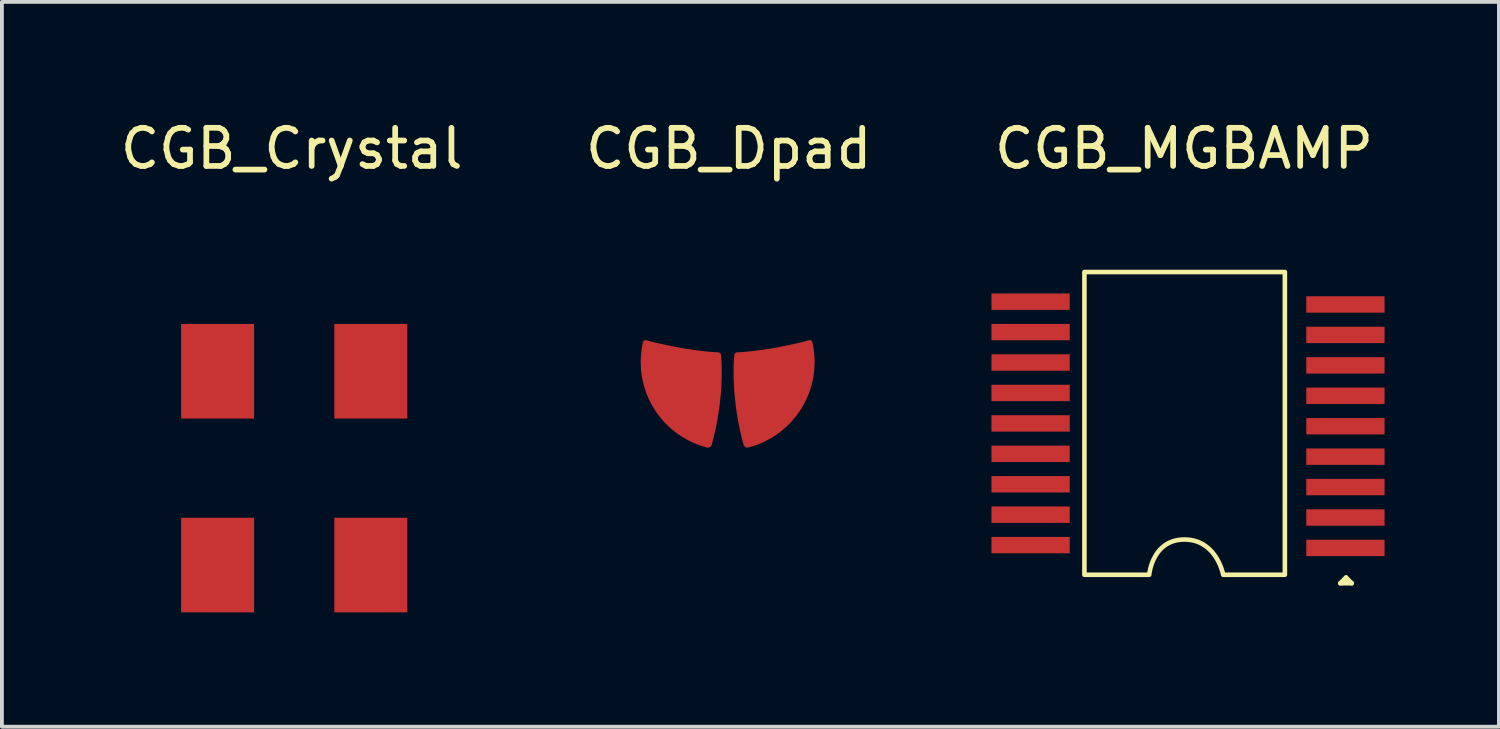
<source format=kicad_pcb>
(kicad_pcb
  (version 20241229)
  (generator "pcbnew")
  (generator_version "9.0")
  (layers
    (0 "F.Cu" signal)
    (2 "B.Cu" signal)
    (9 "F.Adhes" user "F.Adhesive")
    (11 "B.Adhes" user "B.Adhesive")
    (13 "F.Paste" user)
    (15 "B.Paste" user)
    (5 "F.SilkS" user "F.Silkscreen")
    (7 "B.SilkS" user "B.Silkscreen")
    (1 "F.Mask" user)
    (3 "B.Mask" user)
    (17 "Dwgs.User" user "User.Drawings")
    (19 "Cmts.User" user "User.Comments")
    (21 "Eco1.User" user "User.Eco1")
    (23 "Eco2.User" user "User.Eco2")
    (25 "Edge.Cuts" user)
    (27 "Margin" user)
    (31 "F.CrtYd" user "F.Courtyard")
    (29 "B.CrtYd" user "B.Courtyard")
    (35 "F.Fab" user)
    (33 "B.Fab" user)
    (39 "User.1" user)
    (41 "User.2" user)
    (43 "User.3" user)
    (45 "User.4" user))
  (footprint "CGB_Crystal"
    (layer "F.Cu")
    (at 4.601 1.348)
    (property "Reference" "CGB_Crystal" (at 0 -0.5 0) (unlocked yes) (layer "F.SilkS") (effects (font (size 1 1) (thickness 0.15))))
    (attr smd)
    (pad "1" smd rect (at -1.943 10.423) (size 1.914 2.481) (layers "F.Cu" "F.Mask" "F.Paste"))
    (pad "1" smd rect (at 2.075 10.423) (size 1.914 2.481) (layers "F.Cu" "F.Mask" "F.Paste"))
    (pad "2" smd rect (at -1.943 5.34) (size 1.914 2.481) (layers "F.Cu" "F.Mask" "F.Paste"))
    (pad "2" smd rect (at 2.075 5.34) (size 1.914 2.481) (layers "F.Cu" "F.Mask" "F.Paste")))
  (footprint "CGB_Dpad"
    (layer "F.Cu")
    (at 16.065 1.348)
    (property "Reference" "CGB_Dpad" (at 0 -0.5 0) (unlocked yes) (layer "F.SilkS") (effects (font (size 1 1) (thickness 0.15))))
    (attr smd)
    (pad "1" smd custom (at -1.2 5.95) (size 0.543 0.862) (layers "F.Cu" "F.Mask" "F.Paste") (options (anchor circle)) (primitives (gr_poly (pts (xy -0.272 -0.295) (xy -0.261 -0.347) (xy -0.232 -0.391) (xy -0.188 -0.421) (xy -0.136 -0.431) (xy 0.136 -0.431) (xy 0.188 -0.421) (xy 0.232 -0.391) (xy 0.261 -0.347) (xy 0.272 -0.295) (xy 0.272 0.295) (xy 0.261 0.347) (xy 0.232 0.391) (xy 0.188 0.421) (xy 0.136 0.431) (xy -0.136 0.431) (xy -0.188 0.421) (xy -0.232 0.391) (xy -0.261 0.347) (xy -0.272 0.295)) (width 0) (fill yes)) (gr_poly (pts (xy 0.659 1.336) (xy 0.693 1.312) (xy 0.726 1.188) (xy 0.756 1.066) (xy 0.784 0.946) (xy 0.809 0.828) (xy 0.832 0.712) (xy 0.852 0.599) (xy 0.87 0.489) (xy 0.886 0.381) (xy 0.9 0.276) (xy 0.923 0.076) (xy 0.939 -0.112) (xy 0.949 -0.285) (xy 0.954 -0.444) (xy 0.956 -0.586) (xy 0.955 -0.711) (xy 0.951 -0.817) (xy 0.944 -0.941) (xy 0.935 -1.044) (xy 0.757 -1.056) (xy 0.58 -1.072) (xy 0.405 -1.093) (xy 0.233 -1.116) (xy 0.068 -1.141) (xy -0.092 -1.169) (xy -0.243 -1.197) (xy -0.384 -1.225) (xy -0.514 -1.253) (xy -0.631 -1.279) (xy -0.735 -1.303) (xy -0.861 -1.334) (xy -0.99 -1.368) (xy -1.004 -1.306) (xy -1.024 -1.194) (xy -1.038 -1.081) (xy -1.047 -0.966) (xy -1.05 -0.85) (xy -1.042 -0.654) (xy -1.017 -0.463) (xy -0.976 -0.277) (xy -0.921 -0.097) (xy -0.851 0.076) (xy -0.768 0.242) (xy -0.672 0.399) (xy -0.564 0.548) (xy -0.444 0.687) (xy -0.313 0.816) (xy -0.172 0.934) (xy -0.022 1.04) (xy 0.137 1.134) (xy 0.304 1.215) (xy 0.478 1.283)) (width 0.12) (fill yes))))
    (pad "2" smd custom (at 1.05 5.85) (size 0.643 0.812) (layers "F.Cu" "F.Mask" "F.Paste") (options (anchor circle)) (primitives (gr_poly (pts (xy -0.322 -0.245) (xy -0.309 -0.307) (xy -0.274 -0.359) (xy -0.222 -0.394) (xy -0.161 -0.406) (xy 0.161 -0.406) (xy 0.222 -0.394) (xy 0.274 -0.359) (xy 0.309 -0.307) (xy 0.322 -0.245) (xy 0.322 0.245) (xy 0.309 0.307) (xy 0.274 0.359) (xy 0.222 0.394) (xy 0.161 0.406) (xy -0.161 0.406) (xy -0.222 0.394) (xy -0.274 0.359) (xy -0.309 0.307) (xy -0.322 0.245)) (width 0) (fill yes)) (gr_poly (pts (xy -0.567 1.436) (xy -0.6 1.412) (xy -0.634 1.288) (xy -0.664 1.166) (xy -0.692 1.046) (xy -0.717 0.928) (xy -0.74 0.812) (xy -0.76 0.699) (xy -0.778 0.589) (xy -0.794 0.481) (xy -0.808 0.376) (xy -0.831 0.176) (xy -0.847 -0.012) (xy -0.857 -0.185) (xy -0.862 -0.344) (xy -0.864 -0.486) (xy -0.863 -0.611) (xy -0.859 -0.717) (xy -0.852 -0.841) (xy -0.843 -0.944) (xy -0.665 -0.956) (xy -0.487 -0.972) (xy -0.312 -0.993) (xy -0.141 -1.016) (xy 0.025 -1.041) (xy 0.184 -1.069) (xy 0.335 -1.097) (xy 0.476 -1.125) (xy 0.606 -1.153) (xy 0.724 -1.179) (xy 0.827 -1.203) (xy 0.953 -1.234) (xy 1.082 -1.268) (xy 1.096 -1.206) (xy 1.116 -1.094) (xy 1.13 -0.981) (xy 1.139 -0.866) (xy 1.142 -0.75) (xy 1.134 -0.554) (xy 1.109 -0.363) (xy 1.069 -0.177) (xy 1.013 0.003) (xy 0.943 0.176) (xy 0.86 0.342) (xy 0.764 0.499) (xy 0.656 0.648) (xy 0.536 0.787) (xy 0.405 0.916) (xy 0.264 1.034) (xy 0.114 1.14) (xy -0.045 1.234) (xy -0.212 1.315) (xy -0.386 1.383)) (width 0.12) (fill yes)))))
  (footprint "CGB_MGBAMP"
    (layer "F.Cu")
    (at 28.006 1.348)
    (property "Reference" "CGB_MGBAMP" (at 0 -0.5 0) (unlocked yes) (layer "F.SilkS") (effects (font (size 1 1) (thickness 0.15))))
    (attr smd)
    (fp_line (start 4.1 10.9) (end 4.4 10.9) (stroke (width 0.12) (type default)) (layer "F.SilkS"))
    (fp_line (start 4.25 10.75) (end 4.1 10.9) (stroke (width 0.12) (type default)) (layer "F.SilkS"))
    (fp_line (start 4.25 10.75) (end 4.4 10.9) (stroke (width 0.12) (type default)) (layer "F.SilkS"))
    (fp_poly (pts (xy -2.612 2.737) (xy 2.646 2.737) (xy 2.646 10.678) (xy 1.028 10.678) (xy 1.026 10.668) (xy 1.014 10.617) (xy 0.998 10.565) (xy 0.976 10.5) (xy 0.947 10.425) (xy 0.91 10.344) (xy 0.863 10.259) (xy 0.837 10.216) (xy 0.808 10.173) (xy 0.776 10.13) (xy 0.742 10.087) (xy 0.705 10.046) (xy 0.665 10.006) (xy 0.622 9.968) (xy 0.576 9.932) (xy 0.527 9.898) (xy 0.475 9.867) (xy 0.419 9.839) (xy 0.36 9.814) (xy 0.298 9.793) (xy 0.232 9.776) (xy 0.162 9.764) (xy 0.089 9.756) (xy 0.011 9.754) (xy -0.066 9.756) (xy -0.138 9.764) (xy -0.207 9.776) (xy -0.271 9.793) (xy -0.331 9.814) (xy -0.388 9.839) (xy -0.441 9.867) (xy -0.49 9.898) (xy -0.535 9.932) (xy -0.578 9.968) (xy -0.617 10.006) (xy -0.653 10.046) (xy -0.685 10.087) (xy -0.716 10.13) (xy -0.743 10.173) (xy -0.79 10.259) (xy -0.828 10.344) (xy -0.857 10.425) (xy -0.879 10.5) (xy -0.894 10.565) (xy -0.905 10.617) (xy -0.913 10.678) (xy -2.612 10.678)) (stroke (width 0.12) (type solid)) (fill no) (layer "F.SilkS"))
    (pad "1" smd rect (at 4.234 9.974) (size 2.053 0.43) (layers "F.Cu" "F.Mask" "F.Paste"))
    (pad "2" smd rect (at 4.234 9.176) (size 2.053 0.43) (layers "F.Cu" "F.Mask" "F.Paste"))
    (pad "3" smd rect (at 4.234 8.378) (size 2.053 0.43) (layers "F.Cu" "F.Mask" "F.Paste"))
    (pad "4" smd rect (at 4.234 7.58) (size 2.053 0.43) (layers "F.Cu" "F.Mask" "F.Paste"))
    (pad "5" smd rect (at 4.234 6.782) (size 2.053 0.43) (layers "F.Cu" "F.Mask" "F.Paste"))
    (pad "6" smd rect (at 4.234 5.983) (size 2.053 0.43) (layers "F.Cu" "F.Mask" "F.Paste"))
    (pad "7" smd rect (at 4.234 5.185) (size 2.053 0.43) (layers "F.Cu" "F.Mask" "F.Paste"))
    (pad "8" smd rect (at 4.234 4.387) (size 2.053 0.43) (layers "F.Cu" "F.Mask" "F.Paste"))
    (pad "9" smd rect (at 4.234 3.589) (size 2.053 0.43) (layers "F.Cu" "F.Mask" "F.Paste"))
    (pad "10" smd rect (at -4.024 3.515) (size 2.053 0.43) (layers "F.Cu" "F.Mask" "F.Paste"))
    (pad "11" smd rect (at -4.024 4.313) (size 2.053 0.43) (layers "F.Cu" "F.Mask" "F.Paste"))
    (pad "12" smd rect (at -4.024 5.111) (size 2.053 0.43) (layers "F.Cu" "F.Mask" "F.Paste"))
    (pad "13" smd rect (at -4.024 5.909) (size 2.053 0.43) (layers "F.Cu" "F.Mask" "F.Paste"))
    (pad "14" smd rect (at -4.024 6.708) (size 2.053 0.43) (layers "F.Cu" "F.Mask" "F.Paste"))
    (pad "15" smd rect (at -4.024 7.506) (size 2.053 0.43) (layers "F.Cu" "F.Mask" "F.Paste"))
    (pad "16" smd rect (at -4.024 8.304) (size 2.053 0.43) (layers "F.Cu" "F.Mask" "F.Paste"))
    (pad "17" smd rect (at -4.024 9.102) (size 2.053 0.43) (layers "F.Cu" "F.Mask" "F.Paste"))
    (pad "18" smd rect (at -4.024 9.9) (size 2.053 0.43) (layers "F.Cu" "F.Mask" "F.Paste")))
  (gr_rect
    (start -3 -3)
    (end 36.266 16.012)
    (stroke (width 0.1) (type default))
    (fill no)
    (layer "Edge.Cuts")))
</source>
